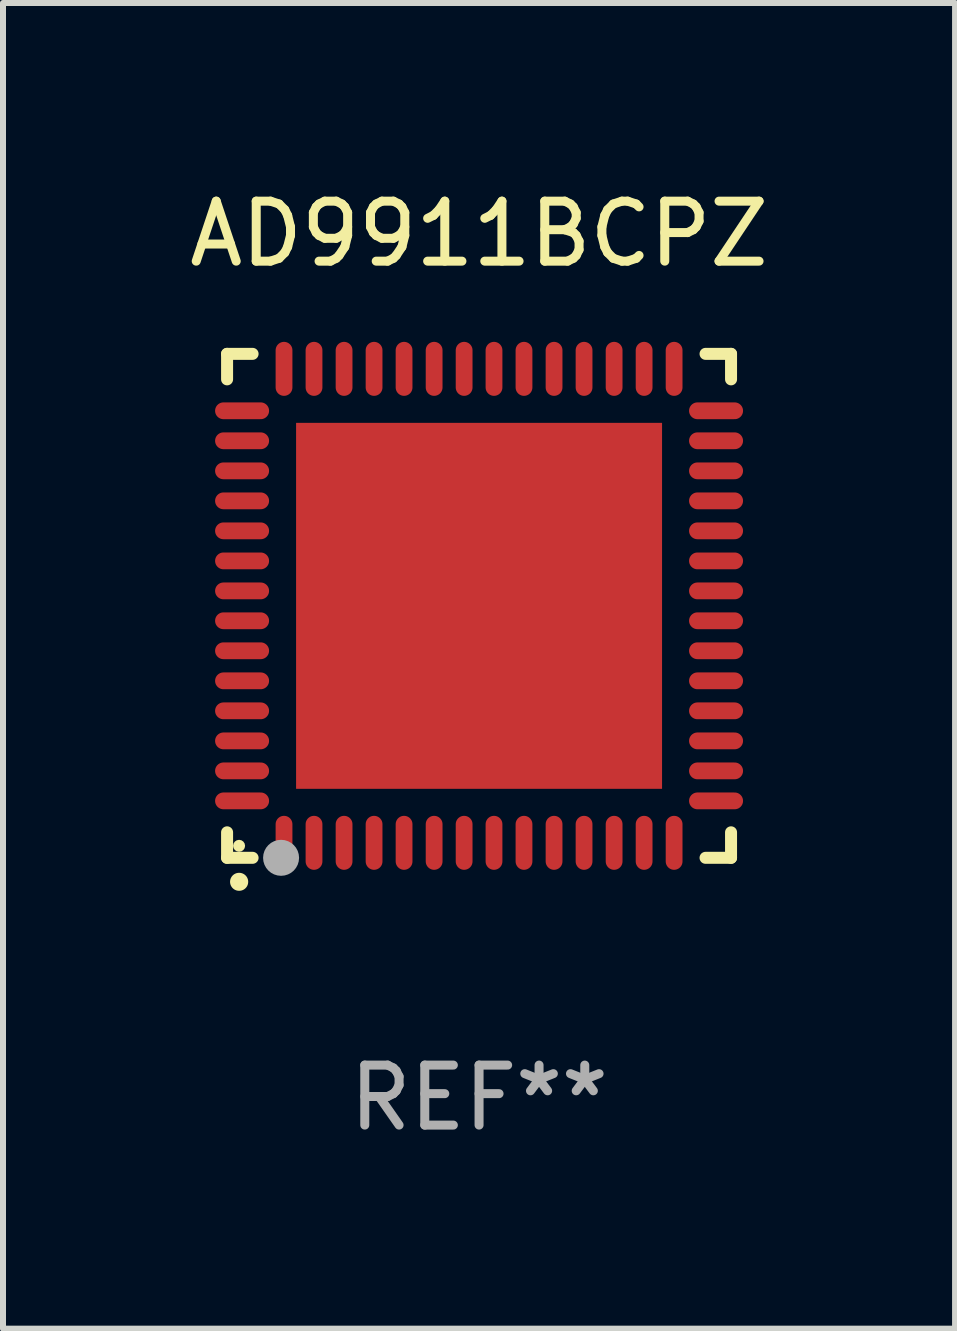
<source format=kicad_pcb>
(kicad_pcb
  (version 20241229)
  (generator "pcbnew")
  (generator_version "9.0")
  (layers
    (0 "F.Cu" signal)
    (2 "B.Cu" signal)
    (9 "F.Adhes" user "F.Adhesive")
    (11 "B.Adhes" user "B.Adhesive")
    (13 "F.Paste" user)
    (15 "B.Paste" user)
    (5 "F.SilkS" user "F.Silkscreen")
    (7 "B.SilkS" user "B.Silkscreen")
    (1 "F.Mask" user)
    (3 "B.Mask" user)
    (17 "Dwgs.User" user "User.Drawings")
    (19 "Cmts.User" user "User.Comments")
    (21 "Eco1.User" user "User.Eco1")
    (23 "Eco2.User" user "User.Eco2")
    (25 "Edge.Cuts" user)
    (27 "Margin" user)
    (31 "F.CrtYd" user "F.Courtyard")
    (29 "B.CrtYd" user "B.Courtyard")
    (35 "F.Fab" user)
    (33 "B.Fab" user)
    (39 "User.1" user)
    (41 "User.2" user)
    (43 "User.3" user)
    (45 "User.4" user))
  (footprint "AD9911BCPZ"
    (layer "F.Cu")
    (at 4.935 7.048)
    (property "Reference" "AD9911BCPZ" (at 0 -6.2 0) (layer "F.SilkS") (effects (font (size 1 1) (thickness 0.15))))
    (attr through_hole)
    (fp_line (start -4.2 -4.2) (end -4.2 -3.775) (stroke (width 0.2) (type solid)) (layer "F.SilkS"))
    (fp_line (start -4.2 4.2) (end -4.2 3.775) (stroke (width 0.2) (type solid)) (layer "F.SilkS"))
    (fp_line (start -3.775 -4.2) (end -4.2 -4.2) (stroke (width 0.2) (type solid)) (layer "F.SilkS"))
    (fp_line (start -3.775 4.2) (end -4.2 4.2) (stroke (width 0.2) (type solid)) (layer "F.SilkS"))
    (fp_line (start 3.775 4.2) (end 4.2 4.2) (stroke (width 0.2) (type solid)) (layer "F.SilkS"))
    (fp_line (start 4.2 -4.2) (end 3.775 -4.2) (stroke (width 0.2) (type solid)) (layer "F.SilkS"))
    (fp_line (start 4.2 -3.775) (end 4.2 -4.2) (stroke (width 0.2) (type solid)) (layer "F.SilkS"))
    (fp_line (start 4.2 4.2) (end 4.2 3.775) (stroke (width 0.2) (type solid)) (layer "F.SilkS"))
    (fp_arc (start -4.000508 4.599949) (mid -3.999238 4.599944) (end -3.997968 4.599949) (stroke (width 0.3) (type solid)) (layer "F.SilkS"))
    (fp_circle (center -4 4) (end -3.95 4) (stroke (width 0.1) (type solid)) (fill no) (layer "F.SilkS"))
    (fp_circle (center -3.3 4.2) (end -3.15 4.2) (stroke (width 0.3) (type solid)) (fill no) (layer "F.Fab"))
    (fp_text user "REF**" (at 0 8.2 0) (layer "F.Fab") (effects (font (size 1 1) (thickness 0.15))))
    (pad "1" smd oval (at -3.251 3.95 180) (size 0.28 0.9) (layers "F.Cu" "F.Mask" "F.Paste"))
    (pad "2" smd oval (at -2.751 3.95 180) (size 0.28 0.9) (layers "F.Cu" "F.Mask" "F.Paste"))
    (pad "3" smd oval (at -2.25 3.95 180) (size 0.28 0.9) (layers "F.Cu" "F.Mask" "F.Paste"))
    (pad "4" smd oval (at -1.75 3.95 180) (size 0.28 0.9) (layers "F.Cu" "F.Mask" "F.Paste"))
    (pad "5" smd oval (at -1.25 3.95 180) (size 0.28 0.9) (layers "F.Cu" "F.Mask" "F.Paste"))
    (pad "6" smd oval (at -0.749 3.95 180) (size 0.28 0.9) (layers "F.Cu" "F.Mask" "F.Paste"))
    (pad "7" smd oval (at -0.249 3.95 180) (size 0.28 0.9) (layers "F.Cu" "F.Mask" "F.Paste"))
    (pad "8" smd oval (at 0.249 3.95 180) (size 0.28 0.9) (layers "F.Cu" "F.Mask" "F.Paste"))
    (pad "9" smd oval (at 0.749 3.95 180) (size 0.28 0.9) (layers "F.Cu" "F.Mask" "F.Paste"))
    (pad "10" smd oval (at 1.25 3.95 180) (size 0.28 0.9) (layers "F.Cu" "F.Mask" "F.Paste"))
    (pad "11" smd oval (at 1.75 3.95 180) (size 0.28 0.9) (layers "F.Cu" "F.Mask" "F.Paste"))
    (pad "12" smd oval (at 2.251 3.95 180) (size 0.28 0.9) (layers "F.Cu" "F.Mask" "F.Paste"))
    (pad "13" smd oval (at 2.751 3.95 180) (size 0.28 0.9) (layers "F.Cu" "F.Mask" "F.Paste"))
    (pad "14" smd oval (at 3.251 3.95 180) (size 0.28 0.9) (layers "F.Cu" "F.Mask" "F.Paste"))
    (pad "15" smd oval (at 3.95 3.251 90) (size 0.28 0.9) (layers "F.Cu" "F.Mask" "F.Paste"))
    (pad "16" smd oval (at 3.95 2.751 90) (size 0.28 0.9) (layers "F.Cu" "F.Mask" "F.Paste"))
    (pad "17" smd oval (at 3.95 2.251 90) (size 0.28 0.9) (layers "F.Cu" "F.Mask" "F.Paste"))
    (pad "18" smd oval (at 3.95 1.75 90) (size 0.28 0.9) (layers "F.Cu" "F.Mask" "F.Paste"))
    (pad "19" smd oval (at 3.95 1.25 90) (size 0.28 0.9) (layers "F.Cu" "F.Mask" "F.Paste"))
    (pad "20" smd oval (at 3.95 0.749 90) (size 0.28 0.9) (layers "F.Cu" "F.Mask" "F.Paste"))
    (pad "21" smd oval (at 3.95 0.249 90) (size 0.28 0.9) (layers "F.Cu" "F.Mask" "F.Paste"))
    (pad "22" smd oval (at 3.95 -0.249 90) (size 0.28 0.9) (layers "F.Cu" "F.Mask" "F.Paste"))
    (pad "23" smd oval (at 3.95 -0.749 90) (size 0.28 0.9) (layers "F.Cu" "F.Mask" "F.Paste"))
    (pad "24" smd oval (at 3.95 -1.25 90) (size 0.28 0.9) (layers "F.Cu" "F.Mask" "F.Paste"))
    (pad "25" smd oval (at 3.95 -1.75 90) (size 0.28 0.9) (layers "F.Cu" "F.Mask" "F.Paste"))
    (pad "26" smd oval (at 3.95 -2.25 90) (size 0.28 0.9) (layers "F.Cu" "F.Mask" "F.Paste"))
    (pad "27" smd oval (at 3.95 -2.751 90) (size 0.28 0.9) (layers "F.Cu" "F.Mask" "F.Paste"))
    (pad "28" smd oval (at 3.95 -3.251 90) (size 0.28 0.9) (layers "F.Cu" "F.Mask" "F.Paste"))
    (pad "29" smd oval (at 3.251 -3.95 180) (size 0.28 0.9) (layers "F.Cu" "F.Mask" "F.Paste"))
    (pad "30" smd oval (at 2.751 -3.95 180) (size 0.28 0.9) (layers "F.Cu" "F.Mask" "F.Paste"))
    (pad "31" smd oval (at 2.251 -3.95 180) (size 0.28 0.9) (layers "F.Cu" "F.Mask" "F.Paste"))
    (pad "32" smd oval (at 1.75 -3.95 180) (size 0.28 0.9) (layers "F.Cu" "F.Mask" "F.Paste"))
    (pad "33" smd oval (at 1.25 -3.95 180) (size 0.28 0.9) (layers "F.Cu" "F.Mask" "F.Paste"))
    (pad "34" smd oval (at 0.749 -3.95 180) (size 0.28 0.9) (layers "F.Cu" "F.Mask" "F.Paste"))
    (pad "35" smd oval (at 0.249 -3.95 180) (size 0.28 0.9) (layers "F.Cu" "F.Mask" "F.Paste"))
    (pad "36" smd oval (at -0.249 -3.95 180) (size 0.28 0.9) (layers "F.Cu" "F.Mask" "F.Paste"))
    (pad "37" smd oval (at -0.749 -3.95 180) (size 0.28 0.9) (layers "F.Cu" "F.Mask" "F.Paste"))
    (pad "38" smd oval (at -1.25 -3.95 180) (size 0.28 0.9) (layers "F.Cu" "F.Mask" "F.Paste"))
    (pad "39" smd oval (at -1.75 -3.95 180) (size 0.28 0.9) (layers "F.Cu" "F.Mask" "F.Paste"))
    (pad "40" smd oval (at -2.25 -3.95 180) (size 0.28 0.9) (layers "F.Cu" "F.Mask" "F.Paste"))
    (pad "41" smd oval (at -2.751 -3.95 180) (size 0.28 0.9) (layers "F.Cu" "F.Mask" "F.Paste"))
    (pad "42" smd oval (at -3.251 -3.95 180) (size 0.28 0.9) (layers "F.Cu" "F.Mask" "F.Paste"))
    (pad "43" smd oval (at -3.95 -3.251 90) (size 0.28 0.9) (layers "F.Cu" "F.Mask" "F.Paste"))
    (pad "44" smd oval (at -3.95 -2.751 90) (size 0.28 0.9) (layers "F.Cu" "F.Mask" "F.Paste"))
    (pad "45" smd oval (at -3.95 -2.25 90) (size 0.28 0.9) (layers "F.Cu" "F.Mask" "F.Paste"))
    (pad "46" smd oval (at -3.95 -1.75 90) (size 0.28 0.9) (layers "F.Cu" "F.Mask" "F.Paste"))
    (pad "47" smd oval (at -3.95 -1.25 90) (size 0.28 0.9) (layers "F.Cu" "F.Mask" "F.Paste"))
    (pad "48" smd oval (at -3.95 -0.749 90) (size 0.28 0.9) (layers "F.Cu" "F.Mask" "F.Paste"))
    (pad "49" smd oval (at -3.95 -0.249 90) (size 0.28 0.9) (layers "F.Cu" "F.Mask" "F.Paste"))
    (pad "50" smd oval (at -3.95 0.249 90) (size 0.28 0.9) (layers "F.Cu" "F.Mask" "F.Paste"))
    (pad "51" smd oval (at -3.95 0.749 90) (size 0.28 0.9) (layers "F.Cu" "F.Mask" "F.Paste"))
    (pad "52" smd oval (at -3.95 1.25 90) (size 0.28 0.9) (layers "F.Cu" "F.Mask" "F.Paste"))
    (pad "53" smd oval (at -3.95 1.75 90) (size 0.28 0.9) (layers "F.Cu" "F.Mask" "F.Paste"))
    (pad "54" smd oval (at -3.95 2.251 90) (size 0.28 0.9) (layers "F.Cu" "F.Mask" "F.Paste"))
    (pad "55" smd oval (at -3.95 2.751 90) (size 0.28 0.9) (layers "F.Cu" "F.Mask" "F.Paste"))
    (pad "56" smd oval (at -3.95 3.251 90) (size 0.28 0.9) (layers "F.Cu" "F.Mask" "F.Paste"))
    (pad "57" smd rect (at 0.000076 0.000076 90) (size 6.1 6.1) (layers "F.Cu" "F.Mask" "F.Paste")))
  (gr_rect
    (start -3 -3)
    (end 12.869 19.096)
    (stroke (width 0.1) (type default))
    (fill no)
    (layer "Edge.Cuts")))
</source>
